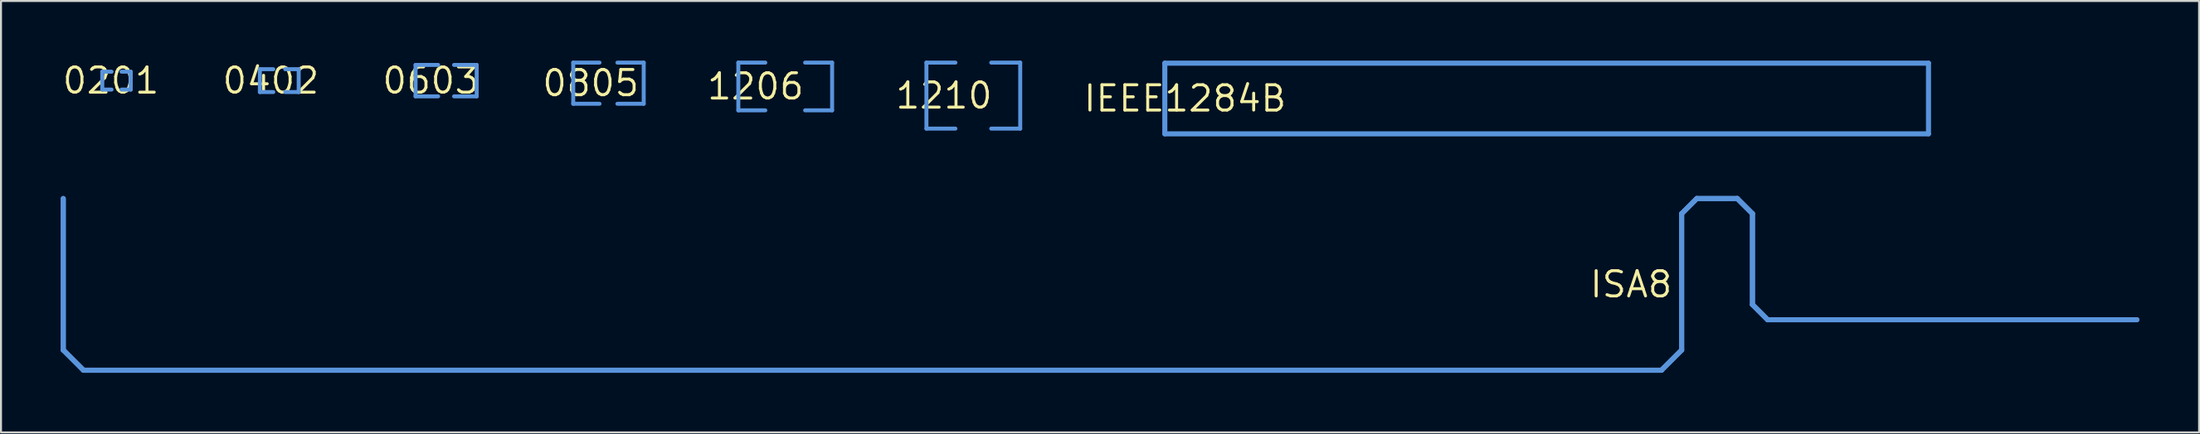
<source format=kicad_pcb>
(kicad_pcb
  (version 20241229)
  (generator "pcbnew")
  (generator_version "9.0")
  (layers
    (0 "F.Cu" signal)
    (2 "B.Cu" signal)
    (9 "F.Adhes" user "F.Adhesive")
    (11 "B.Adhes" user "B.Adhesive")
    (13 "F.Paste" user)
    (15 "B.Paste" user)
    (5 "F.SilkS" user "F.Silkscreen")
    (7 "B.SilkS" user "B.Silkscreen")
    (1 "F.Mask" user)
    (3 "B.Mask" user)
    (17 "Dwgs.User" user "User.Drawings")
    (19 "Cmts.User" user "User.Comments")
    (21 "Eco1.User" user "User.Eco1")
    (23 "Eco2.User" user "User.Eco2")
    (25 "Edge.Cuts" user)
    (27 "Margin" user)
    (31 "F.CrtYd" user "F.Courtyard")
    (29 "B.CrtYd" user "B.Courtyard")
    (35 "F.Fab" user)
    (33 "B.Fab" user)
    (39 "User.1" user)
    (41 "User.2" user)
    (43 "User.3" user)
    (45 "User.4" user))
  (footprint "0201"
    (layer "F.Cu")
    (at 2.517 1.006)
    (property "Reference" "0201" (at 0 0 0) (layer "F.SilkS") (effects (font (size 1.27 1.27) (thickness 0.15))))
    (attr through_hole)
    (fp_line (start -0.43 -0.45) (end 0.035 -0.45) (stroke (width 0.2) (type solid)) (layer "Cmts.User"))
    (fp_line (start -0.43 0.45) (end -0.43 -0.45) (stroke (width 0.2) (type solid)) (layer "Cmts.User"))
    (fp_line (start -0.43 0.45) (end 0.035 0.45) (stroke (width 0.2) (type solid)) (layer "Cmts.User"))
    (fp_line (start 0.535 -0.45) (end 1 -0.45) (stroke (width 0.2) (type solid)) (layer "Cmts.User"))
    (fp_line (start 0.535 0.45) (end 1 0.45) (stroke (width 0.2) (type solid)) (layer "Cmts.User"))
    (fp_line (start 1 0.45) (end 1 -0.45) (stroke (width 0.2) (type solid)) (layer "Cmts.User")))
  (footprint "ISA8"
    (layer "F.Cu")
    (at 78.867 11.255)
    (property "Reference" "ISA8" (at 0 0 0) (layer "F.SilkS") (effects (font (size 1.27 1.27) (thickness 0.15))))
    (attr through_hole)
    (fp_line (start -78.74 3.302) (end -78.74 -4.318) (stroke (width 0.254) (type solid)) (layer "Cmts.User"))
    (fp_line (start -78.74 3.302) (end -78.74 -4.318) (stroke (width 0.254) (type solid)) (layer "Cmts.User"))
    (fp_line (start -78.74 3.302) (end -77.724 4.318) (stroke (width 0.254) (type solid)) (layer "Cmts.User"))
    (fp_line (start -78.74 3.302) (end -77.724 4.318) (stroke (width 0.254) (type solid)) (layer "Cmts.User"))
    (fp_line (start -77.724 4.318) (end 1.524 4.318) (stroke (width 0.254) (type solid)) (layer "Cmts.User"))
    (fp_line (start -77.724 4.318) (end 1.524 4.318) (stroke (width 0.254) (type solid)) (layer "Cmts.User"))
    (fp_line (start 1.524 4.318) (end 2.54 3.302) (stroke (width 0.254) (type solid)) (layer "Cmts.User"))
    (fp_line (start 1.524 4.318) (end 2.54 3.302) (stroke (width 0.254) (type solid)) (layer "Cmts.User"))
    (fp_line (start 2.54 -3.556) (end 3.302 -4.318) (stroke (width 0.254) (type solid)) (layer "Cmts.User"))
    (fp_line (start 2.54 -3.556) (end 3.302 -4.318) (stroke (width 0.254) (type solid)) (layer "Cmts.User"))
    (fp_line (start 2.54 3.302) (end 2.54 -3.556) (stroke (width 0.254) (type solid)) (layer "Cmts.User"))
    (fp_line (start 2.54 3.302) (end 2.54 -3.556) (stroke (width 0.254) (type solid)) (layer "Cmts.User"))
    (fp_line (start 3.302 -4.318) (end 5.334 -4.318) (stroke (width 0.254) (type solid)) (layer "Cmts.User"))
    (fp_line (start 3.302 -4.318) (end 5.334 -4.318) (stroke (width 0.254) (type solid)) (layer "Cmts.User"))
    (fp_line (start 5.334 -4.318) (end 6.096 -3.556) (stroke (width 0.254) (type solid)) (layer "Cmts.User"))
    (fp_line (start 5.334 -4.318) (end 6.096 -3.556) (stroke (width 0.254) (type solid)) (layer "Cmts.User"))
    (fp_line (start 6.096 1.016) (end 6.096 -3.556) (stroke (width 0.254) (type solid)) (layer "Cmts.User"))
    (fp_line (start 6.096 1.016) (end 6.096 -3.556) (stroke (width 0.254) (type solid)) (layer "Cmts.User"))
    (fp_line (start 6.096 1.016) (end 6.858 1.778) (stroke (width 0.254) (type solid)) (layer "Cmts.User"))
    (fp_line (start 6.096 1.016) (end 6.858 1.778) (stroke (width 0.254) (type solid)) (layer "Cmts.User"))
    (fp_line (start 6.858 1.778) (end 25.4 1.778) (stroke (width 0.254) (type solid)) (layer "Cmts.User"))
    (fp_line (start 6.858 1.778) (end 25.4 1.778) (stroke (width 0.254) (type solid)) (layer "Cmts.User"))
    (zone (net_name "") (layer "Cmts.User") (hatch edge 0.508) (connect_pads) (min_thickness 0.254) (filled_areas_thickness no) (fill) (polygon (pts (xy 0.127 15.573) (xy 81.407 15.573) (xy 81.407 7.953) (xy 0.127 7.953))))
    (zone (net_name "") (layer "Cmts.User") (hatch edge 0.508) (connect_pads) (min_thickness 0.254) (filled_areas_thickness no) (fill) (polygon (pts (xy 0.127 15.573) (xy 81.407 15.573) (xy 81.407 7.953) (xy 0.127 7.953)))))
  (footprint "0603"
    (layer "F.Cu")
    (at 18.585 1.006)
    (property "Reference" "0603" (at 0 0 0) (layer "F.SilkS") (effects (font (size 1.27 1.27) (thickness 0.15))))
    (attr through_hole)
    (fp_line (start -0.765 -0.79) (end 0.37 -0.79) (stroke (width 0.2) (type solid)) (layer "Cmts.User"))
    (fp_line (start -0.765 0.79) (end -0.765 -0.79) (stroke (width 0.2) (type solid)) (layer "Cmts.User"))
    (fp_line (start -0.765 0.79) (end 0.37 0.79) (stroke (width 0.2) (type solid)) (layer "Cmts.User"))
    (fp_line (start 1.17 -0.79) (end 2.305 -0.79) (stroke (width 0.2) (type solid)) (layer "Cmts.User"))
    (fp_line (start 1.17 0.79) (end 2.305 0.79) (stroke (width 0.2) (type solid)) (layer "Cmts.User"))
    (fp_line (start 2.305 0.79) (end 2.305 -0.79) (stroke (width 0.2) (type solid)) (layer "Cmts.User")))
  (footprint "1206"
    (layer "F.Cu")
    (at 34.896 1.3)
    (property "Reference" "1206" (at 0 0 0) (layer "F.SilkS") (effects (font (size 1.27 1.27) (thickness 0.15))))
    (attr through_hole)
    (fp_line (start -0.865 -1.2) (end 0.49 -1.2) (stroke (width 0.2) (type solid)) (layer "Cmts.User"))
    (fp_line (start -0.865 1.2) (end -0.865 -1.2) (stroke (width 0.2) (type solid)) (layer "Cmts.User"))
    (fp_line (start -0.865 1.2) (end 0.49 1.2) (stroke (width 0.2) (type solid)) (layer "Cmts.User"))
    (fp_line (start 2.49 -1.2) (end 3.845 -1.2) (stroke (width 0.2) (type solid)) (layer "Cmts.User"))
    (fp_line (start 2.49 1.2) (end 3.845 1.2) (stroke (width 0.2) (type solid)) (layer "Cmts.User"))
    (fp_line (start 3.845 1.2) (end 3.845 -1.2) (stroke (width 0.2) (type solid)) (layer "Cmts.User")))
  (footprint "IEEE1284B"
    (layer "F.Cu")
    (at 56.466 1.905)
    (property "Reference" "IEEE1284B" (at 0 0 0) (layer "F.SilkS") (effects (font (size 1.27 1.27) (thickness 0.15))))
    (attr through_hole)
    (fp_line (start -1.016 -1.778) (end 37.338 -1.778) (stroke (width 0.254) (type solid)) (layer "Cmts.User"))
    (fp_line (start -1.016 1.778) (end -1.016 -1.778) (stroke (width 0.254) (type solid)) (layer "Cmts.User"))
    (fp_line (start -1.016 1.778) (end 37.338 1.778) (stroke (width 0.254) (type solid)) (layer "Cmts.User"))
    (fp_line (start 37.338 1.778) (end 37.338 -1.778) (stroke (width 0.254) (type solid)) (layer "Cmts.User")))
  (footprint "0402"
    (layer "F.Cu")
    (at 10.551 1.006)
    (property "Reference" "0402" (at 0 0 0) (layer "F.SilkS") (effects (font (size 1.27 1.27) (thickness 0.15))))
    (attr through_hole)
    (fp_line (start -0.55 -0.575) (end 0.125 -0.575) (stroke (width 0.2) (type solid)) (layer "Cmts.User"))
    (fp_line (start -0.55 0.575) (end -0.55 -0.575) (stroke (width 0.2) (type solid)) (layer "Cmts.User"))
    (fp_line (start -0.55 0.575) (end 0.125 0.575) (stroke (width 0.2) (type solid)) (layer "Cmts.User"))
    (fp_line (start 0.725 -0.575) (end 1.4 -0.575) (stroke (width 0.2) (type solid)) (layer "Cmts.User"))
    (fp_line (start 0.725 0.575) (end 1.4 0.575) (stroke (width 0.2) (type solid)) (layer "Cmts.User"))
    (fp_line (start 1.4 0.575) (end 1.4 -0.575) (stroke (width 0.2) (type solid)) (layer "Cmts.User")))
  (footprint "0805"
    (layer "F.Cu")
    (at 26.619 1.135)
    (property "Reference" "0805" (at 0 0 0) (layer "F.SilkS") (effects (font (size 1.27 1.27) (thickness 0.15))))
    (attr through_hole)
    (fp_line (start -0.88 -1.035) (end 0.44 -1.035) (stroke (width 0.2) (type solid)) (layer "Cmts.User"))
    (fp_line (start -0.88 1.035) (end -0.88 -1.035) (stroke (width 0.2) (type solid)) (layer "Cmts.User"))
    (fp_line (start -0.88 1.035) (end 0.44 1.035) (stroke (width 0.2) (type solid)) (layer "Cmts.User"))
    (fp_line (start 1.34 -1.035) (end 2.66 -1.035) (stroke (width 0.2) (type solid)) (layer "Cmts.User"))
    (fp_line (start 1.34 1.035) (end 2.66 1.035) (stroke (width 0.2) (type solid)) (layer "Cmts.User"))
    (fp_line (start 2.66 1.035) (end 2.66 -1.035) (stroke (width 0.2) (type solid)) (layer "Cmts.User")))
  (footprint "1210"
    (layer "F.Cu")
    (at 44.358 1.76)
    (property "Reference" "1210" (at 0 0 0) (layer "F.SilkS") (effects (font (size 1.27 1.27) (thickness 0.15))))
    (attr through_hole)
    (fp_line (start -0.88 -1.66) (end 0.575 -1.66) (stroke (width 0.2) (type solid)) (layer "Cmts.User"))
    (fp_line (start -0.88 1.66) (end -0.88 -1.66) (stroke (width 0.2) (type solid)) (layer "Cmts.User"))
    (fp_line (start -0.88 1.66) (end 0.575 1.66) (stroke (width 0.2) (type solid)) (layer "Cmts.User"))
    (fp_line (start 2.375 -1.66) (end 3.83 -1.66) (stroke (width 0.2) (type solid)) (layer "Cmts.User"))
    (fp_line (start 2.375 1.66) (end 3.83 1.66) (stroke (width 0.2) (type solid)) (layer "Cmts.User"))
    (fp_line (start 3.83 1.66) (end 3.83 -1.66) (stroke (width 0.2) (type solid)) (layer "Cmts.User")))
  (gr_rect
    (start -3 -3)
    (end 107.394 18.7)
    (stroke (width 0.1) (type default))
    (fill no)
    (layer "Edge.Cuts")))
</source>
